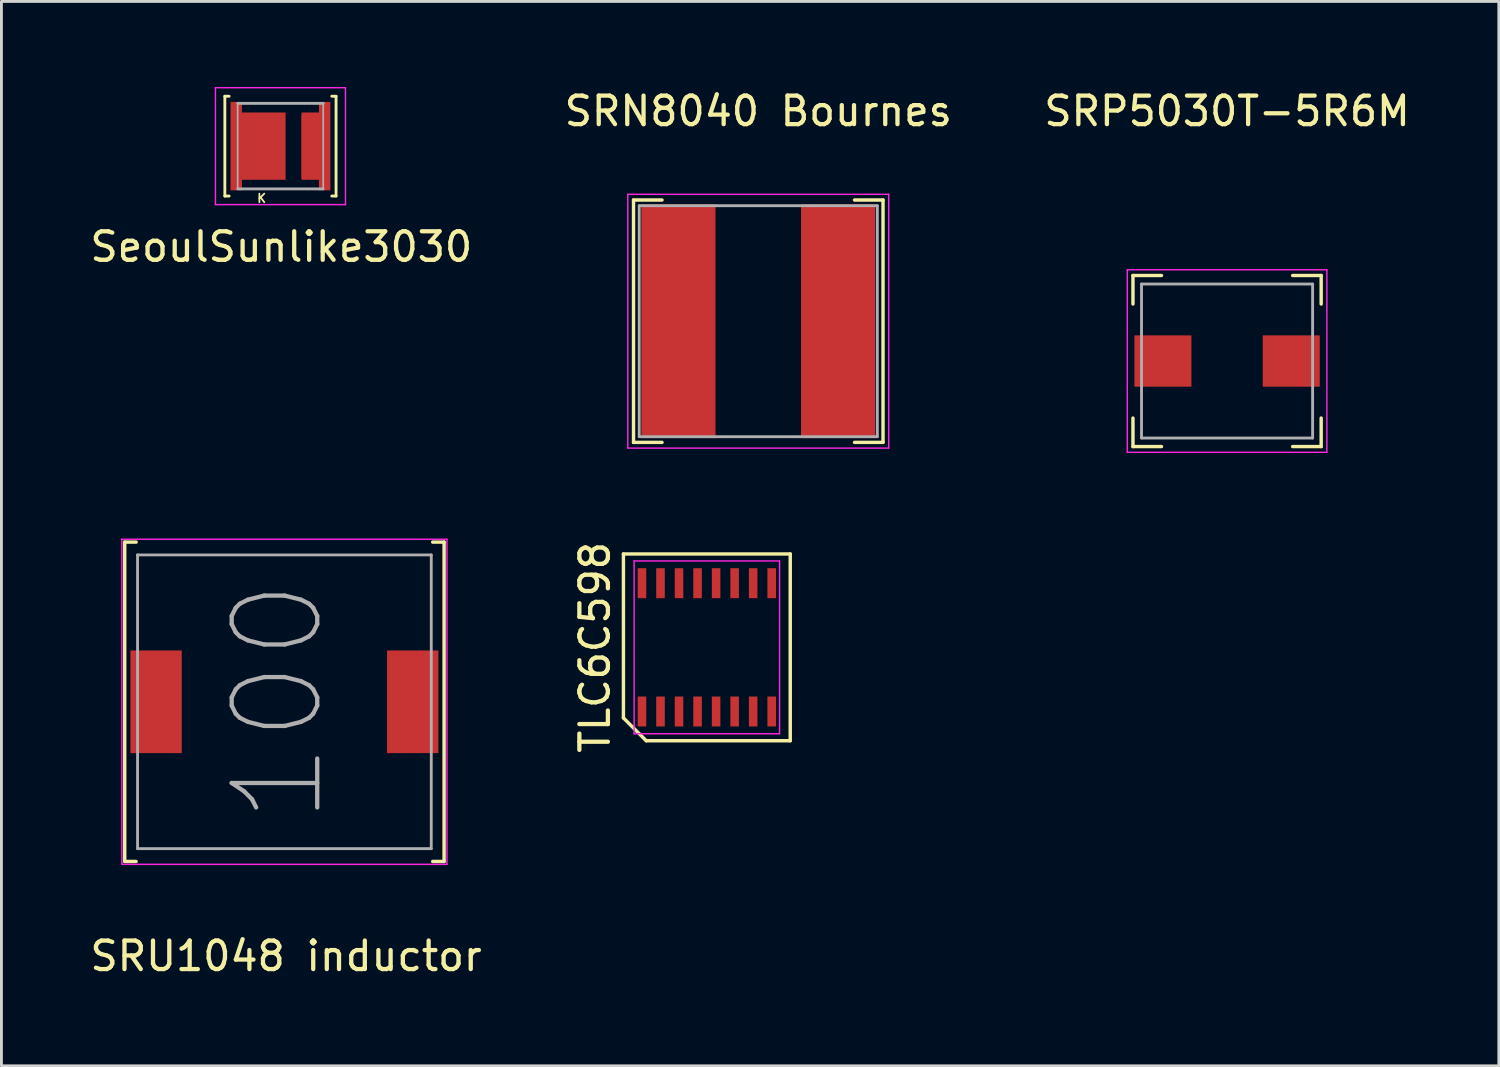
<source format=kicad_pcb>
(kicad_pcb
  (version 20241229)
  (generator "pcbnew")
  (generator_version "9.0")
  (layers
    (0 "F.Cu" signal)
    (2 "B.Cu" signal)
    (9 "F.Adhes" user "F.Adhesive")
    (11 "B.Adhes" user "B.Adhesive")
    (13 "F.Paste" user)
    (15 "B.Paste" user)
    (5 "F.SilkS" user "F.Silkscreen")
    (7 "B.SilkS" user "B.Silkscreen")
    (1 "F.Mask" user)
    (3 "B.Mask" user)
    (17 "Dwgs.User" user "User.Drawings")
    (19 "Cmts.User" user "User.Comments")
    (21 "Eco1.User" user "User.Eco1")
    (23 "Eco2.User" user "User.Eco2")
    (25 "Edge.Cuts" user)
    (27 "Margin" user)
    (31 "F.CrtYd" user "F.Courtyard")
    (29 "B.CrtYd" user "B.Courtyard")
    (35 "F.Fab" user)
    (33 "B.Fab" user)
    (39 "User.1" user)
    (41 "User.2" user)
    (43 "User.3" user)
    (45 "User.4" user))
  (footprint "SRN8040 Bournes"
    (layer "F.Cu")
    (at 23.542 8.214)
    (property "Reference" "SRN8040 Bournes" (at 0 -7.366 0) (layer "F.SilkS") (effects (font (size 1 1) (thickness 0.15))))
    (attr through_hole)
    (fp_line (start -4.375 -4.25) (end -4.375 4.25) (stroke (width 0.12) (type solid)) (layer "F.SilkS"))
    (fp_line (start -4.375 -4.25) (end -3.375 -4.25) (stroke (width 0.12) (type solid)) (layer "F.SilkS"))
    (fp_line (start -4.375 4.25) (end -3.375 4.25) (stroke (width 0.12) (type solid)) (layer "F.SilkS"))
    (fp_line (start 4.375 -4.25) (end 3.375 -4.25) (stroke (width 0.12) (type solid)) (layer "F.SilkS"))
    (fp_line (start 4.375 -4.25) (end 4.375 4.25) (stroke (width 0.12) (type solid)) (layer "F.SilkS"))
    (fp_line (start 4.375 4.25) (end 3.375 4.25) (stroke (width 0.12) (type solid)) (layer "F.SilkS"))
    (fp_line (start -4.575 -4.45) (end -4.575 4.45) (stroke (width 0.05) (type solid)) (layer "F.CrtYd"))
    (fp_line (start -4.575 -4.45) (end 4.575 -4.45) (stroke (width 0.05) (type solid)) (layer "F.CrtYd"))
    (fp_line (start 4.575 -4.45) (end 4.575 4.45) (stroke (width 0.05) (type solid)) (layer "F.CrtYd"))
    (fp_line (start 4.575 4.45) (end -4.575 4.45) (stroke (width 0.05) (type solid)) (layer "F.CrtYd"))
    (fp_line (start -4.175 -4.05) (end -4.175 4.05) (stroke (width 0.1) (type solid)) (layer "F.Fab"))
    (fp_line (start -4.175 -4.05) (end 4.175 -4.05) (stroke (width 0.1) (type solid)) (layer "F.Fab"))
    (fp_line (start -4.175 4.05) (end 4.175 4.05) (stroke (width 0.1) (type solid)) (layer "F.Fab"))
    (fp_line (start 4.175 -4.05) (end 4.175 4.05) (stroke (width 0.1) (type solid)) (layer "F.Fab"))
    (pad "1" smd rect (at -2.8 0) (size 2.6 8.2) (layers "F.Cu" "F.Mask" "F.Paste"))
    (pad "2" smd rect (at 2.8 0) (size 2.6 8.2) (layers "F.Cu" "F.Mask" "F.Paste")))
  (footprint "SRU1048 inductor"
    (layer "F.Cu")
    (at 6.924 21.561)
    (property "Reference" "SRU1048 inductor" (at 0.058 8.918 0) (layer "F.SilkS") (effects (font (size 1 1) (thickness 0.15))))
    (attr through_hole)
    (fp_line (start -5.6 -5.6) (end -5.6 5.6) (stroke (width 0.12) (type solid)) (layer "F.SilkS"))
    (fp_line (start -5.6 -5.6) (end -5.2 -5.6) (stroke (width 0.12) (type solid)) (layer "F.SilkS"))
    (fp_line (start -5.6 5.6) (end -5.2 5.6) (stroke (width 0.12) (type solid)) (layer "F.SilkS"))
    (fp_line (start 5.6 -5.6) (end 5.2 -5.6) (stroke (width 0.12) (type solid)) (layer "F.SilkS"))
    (fp_line (start 5.6 -5.6) (end 5.6 5.6) (stroke (width 0.12) (type solid)) (layer "F.SilkS"))
    (fp_line (start 5.6 5.6) (end 5.2 5.6) (stroke (width 0.12) (type solid)) (layer "F.SilkS"))
    (fp_line (start -5.7 -5.7) (end -5.7 5.7) (stroke (width 0.05) (type solid)) (layer "F.CrtYd"))
    (fp_line (start -5.7 -5.7) (end 5.7 -5.7) (stroke (width 0.05) (type solid)) (layer "F.CrtYd"))
    (fp_line (start -5.7 5.7) (end 5.7 5.7) (stroke (width 0.05) (type solid)) (layer "F.CrtYd"))
    (fp_line (start 5.7 -5.7) (end 5.7 5.7) (stroke (width 0.05) (type solid)) (layer "F.CrtYd"))
    (fp_line (start -5.15 -5.15) (end -5.15 5.15) (stroke (width 0.1) (type solid)) (layer "F.Fab"))
    (fp_line (start -5.15 -5.15) (end 5.15 -5.15) (stroke (width 0.1) (type solid)) (layer "F.Fab"))
    (fp_line (start -5.15 5.15) (end 5.15 5.15) (stroke (width 0.1) (type solid)) (layer "F.Fab"))
    (fp_line (start 5.15 -5.15) (end 5.15 5.15) (stroke (width 0.1) (type solid)) (layer "F.Fab"))
    (fp_text user "100" (at -0.229 -0.01 270) (layer "F.Fab") (effects (font (size 3 3) (thickness 0.15))))
    (pad "1" smd rect (at -4.5 0) (size 1.8 3.6) (layers "F.Cu" "F.Mask" "F.Paste"))
    (pad "2" smd rect (at 4.5 0) (size 1.8 3.6) (layers "F.Cu" "F.Mask" "F.Paste")))
  (footprint "TLC6C598"
    (layer "F.Cu")
    (at 21.738 19.652)
    (property "Reference" "TLC6C598" (at -3.925 0 90) (layer "F.SilkS") (effects (font (size 1 1) (thickness 0.15))))
    (attr smd)
    (fp_line (start -2.925 -3.275) (end 2.925 -3.275) (stroke (width 0.12) (type solid)) (layer "F.SilkS"))
    (fp_line (start -2.925 2.475) (end -2.925 -3.275) (stroke (width 0.12) (type solid)) (layer "F.SilkS"))
    (fp_line (start -2.125 3.275) (end -2.925 2.475) (stroke (width 0.12) (type solid)) (layer "F.SilkS"))
    (fp_line (start 2.925 -3.275) (end 2.925 3.275) (stroke (width 0.12) (type solid)) (layer "F.SilkS"))
    (fp_line (start 2.925 3.275) (end -2.125 3.275) (stroke (width 0.12) (type solid)) (layer "F.SilkS"))
    (fp_line (start -2.55 -3.03) (end 2.55 -3.03) (stroke (width 0.05) (type solid)) (layer "F.CrtYd"))
    (fp_line (start -2.55 3.03) (end -2.55 -3.03) (stroke (width 0.05) (type solid)) (layer "F.CrtYd"))
    (fp_line (start 2.55 -3.03) (end 2.55 3.03) (stroke (width 0.05) (type solid)) (layer "F.CrtYd"))
    (fp_line (start 2.55 3.03) (end -2.55 3.03) (stroke (width 0.05) (type solid)) (layer "F.CrtYd"))
    (pad "1" smd rect (at -2.275 2.25) (size 0.3 1.05) (layers "F.Cu" "F.Mask" "F.Paste"))
    (pad "2" smd rect (at -1.625 2.25) (size 0.3 1.05) (layers "F.Cu" "F.Mask" "F.Paste"))
    (pad "3" smd rect (at -0.975 2.25) (size 0.3 1.05) (layers "F.Cu" "F.Mask" "F.Paste"))
    (pad "4" smd rect (at -0.325 2.25) (size 0.3 1.05) (layers "F.Cu" "F.Mask" "F.Paste"))
    (pad "5" smd rect (at 0.325 2.25) (size 0.3 1.05) (layers "F.Cu" "F.Mask" "F.Paste"))
    (pad "6" smd rect (at 0.975 2.25) (size 0.3 1.05) (layers "F.Cu" "F.Mask" "F.Paste"))
    (pad "7" smd rect (at 1.625 2.25) (size 0.3 1.05) (layers "F.Cu" "F.Mask" "F.Paste"))
    (pad "8" smd rect (at 2.275 2.25) (size 0.3 1.05) (layers "F.Cu" "F.Mask" "F.Paste"))
    (pad "9" smd rect (at 2.275 -2.25) (size 0.3 1.05) (layers "F.Cu" "F.Mask" "F.Paste"))
    (pad "10" smd rect (at 1.625 -2.25) (size 0.3 1.05) (layers "F.Cu" "F.Mask" "F.Paste"))
    (pad "11" smd rect (at 0.975 -2.25) (size 0.3 1.05) (layers "F.Cu" "F.Mask" "F.Paste"))
    (pad "12" smd rect (at 0.325 -2.25) (size 0.3 1.05) (layers "F.Cu" "F.Mask" "F.Paste"))
    (pad "13" smd rect (at -0.325 -2.25) (size 0.3 1.05) (layers "F.Cu" "F.Mask" "F.Paste"))
    (pad "14" smd rect (at -0.975 -2.25) (size 0.3 1.05) (layers "F.Cu" "F.Mask" "F.Paste"))
    (pad "15" smd rect (at -1.625 -2.25) (size 0.3 1.05) (layers "F.Cu" "F.Mask" "F.Paste"))
    (pad "16" smd rect (at -2.275 -2.25) (size 0.3 1.05) (layers "F.Cu" "F.Mask" "F.Paste")))
  (footprint "SRP5030T-5R6M"
    (layer "F.Cu")
    (at 39.982 9.611)
    (property "Reference" "SRP5030T-5R6M" (at 0 -8.763 0) (layer "F.SilkS") (effects (font (size 1 1) (thickness 0.15))))
    (attr through_hole)
    (fp_line (start -3.3 -3) (end -3.3 -2) (stroke (width 0.12) (type solid)) (layer "F.SilkS"))
    (fp_line (start -3.3 -3) (end -2.3 -3) (stroke (width 0.12) (type solid)) (layer "F.SilkS"))
    (fp_line (start -3.3 3) (end -3.3 2) (stroke (width 0.12) (type solid)) (layer "F.SilkS"))
    (fp_line (start -3.3 3) (end -2.3 3) (stroke (width 0.12) (type solid)) (layer "F.SilkS"))
    (fp_line (start 3.3 -3) (end 2.3 -3) (stroke (width 0.12) (type solid)) (layer "F.SilkS"))
    (fp_line (start 3.3 -3) (end 3.3 -2) (stroke (width 0.12) (type solid)) (layer "F.SilkS"))
    (fp_line (start 3.3 3) (end 2.3 3) (stroke (width 0.12) (type solid)) (layer "F.SilkS"))
    (fp_line (start 3.3 3) (end 3.3 2) (stroke (width 0.12) (type solid)) (layer "F.SilkS"))
    (fp_line (start -3.5 -3.2) (end -3.5 3.2) (stroke (width 0.05) (type solid)) (layer "F.CrtYd"))
    (fp_line (start -3.5 -3.2) (end 3.5 -3.2) (stroke (width 0.05) (type solid)) (layer "F.CrtYd"))
    (fp_line (start -3.5 3.2) (end 3.5 3.2) (stroke (width 0.05) (type solid)) (layer "F.CrtYd"))
    (fp_line (start 3.5 -3.2) (end 3.5 3.2) (stroke (width 0.05) (type solid)) (layer "F.CrtYd"))
    (fp_line (start -3 -2.7) (end -3 2.7) (stroke (width 0.1) (type solid)) (layer "F.Fab"))
    (fp_line (start -3 -2.7) (end 3 -2.7) (stroke (width 0.1) (type solid)) (layer "F.Fab"))
    (fp_line (start -3 2.7) (end 3 2.7) (stroke (width 0.1) (type solid)) (layer "F.Fab"))
    (fp_line (start 3 -2.7) (end 3 2.7) (stroke (width 0.1) (type solid)) (layer "F.Fab"))
    (pad "1" smd rect (at -2.25 0) (size 2 1.8) (layers "F.Cu" "F.Mask" "F.Paste"))
    (pad "2" smd rect (at 2.25 0) (size 2 1.8) (layers "F.Cu" "F.Mask" "F.Paste")))
  (footprint "SeoulSunlike3030"
    (layer "F.Cu")
    (at 6.785 2.075)
    (property "Reference" "SeoulSunlike3030" (at 0.03 3.53 0) (layer "F.SilkS") (effects (font (size 1 1) (thickness 0.15))))
    (attr smd)
    (fp_line (start -1.95 -1.75) (end -1.95 1.75) (stroke (width 0.1) (type solid)) (layer "F.SilkS"))
    (fp_line (start -1.95 -1.75) (end -1.8 -1.75) (stroke (width 0.1) (type solid)) (layer "F.SilkS"))
    (fp_line (start -1.95 1.75) (end -1.8 1.75) (stroke (width 0.1) (type solid)) (layer "F.SilkS"))
    (fp_line (start 1.95 -1.75) (end 1.8 -1.75) (stroke (width 0.1) (type solid)) (layer "F.SilkS"))
    (fp_line (start 1.95 -1.75) (end 1.95 1.75) (stroke (width 0.1) (type solid)) (layer "F.SilkS"))
    (fp_line (start 1.95 1.75) (end 1.8 1.75) (stroke (width 0.1) (type solid)) (layer "F.SilkS"))
    (fp_line (start -2.28 -2.05) (end -2.28 2.05) (stroke (width 0.05) (type solid)) (layer "F.CrtYd"))
    (fp_line (start -2.28 -2.05) (end 2.28 -2.05) (stroke (width 0.05) (type solid)) (layer "F.CrtYd"))
    (fp_line (start -2.28 2.05) (end 2.28 2.05) (stroke (width 0.05) (type solid)) (layer "F.CrtYd"))
    (fp_line (start 2.28 -2.05) (end 2.28 2.05) (stroke (width 0.05) (type solid)) (layer "F.CrtYd"))
    (fp_line (start -1.5 -1.5) (end -1.5 1.5) (stroke (width 0.06) (type solid)) (layer "F.Fab"))
    (fp_line (start -1.5 -1.5) (end 1.5 -1.5) (stroke (width 0.1) (type solid)) (layer "F.Fab"))
    (fp_line (start -1.5 1.5) (end 1.5 1.5) (stroke (width 0.1) (type solid)) (layer "F.Fab"))
    (fp_line (start 1.5 -1.5) (end 1.5 1.5) (stroke (width 0.06) (type solid)) (layer "F.Fab"))
    (fp_text user "K" (at -0.66 1.83 0) (layer "F.SilkS") (effects (font (size 0.3 0.3) (thickness 0.062))))
    (pad "1" smd custom (at -0.76 0) (size 1 2.2) (layers "F.Cu" "F.Mask" "F.Paste") (options (anchor rect)) (primitives (gr_poly (pts (xy -0.59 -1.18) (xy 0.94 -1.18) (xy 0.94 1.18) (xy -0.59 1.18) (xy -0.59 1.55) (xy -0.99 1.55) (xy -0.99 -1.55) (xy -0.59 -1.55)) (width 0) (fill yes))))
    (pad "2" smd custom (at 1.23 0.02) (size 1 2.2) (layers "F.Cu" "F.Mask" "F.Paste") (options (anchor rect)) (primitives (gr_poly (pts (xy 0.52 1.53) (xy 0.12 1.53) (xy 0.12 1.16) (xy -0.49 1.16) (xy -0.49 -1.2) (xy 0.12 -1.2) (xy 0.12 -1.57) (xy 0.52 -1.57)) (width 0) (fill yes)))))
  (gr_rect
    (start -3 -3)
    (end 49.512 34.327)
    (stroke (width 0.1) (type default))
    (fill no)
    (layer "Edge.Cuts")))
</source>
